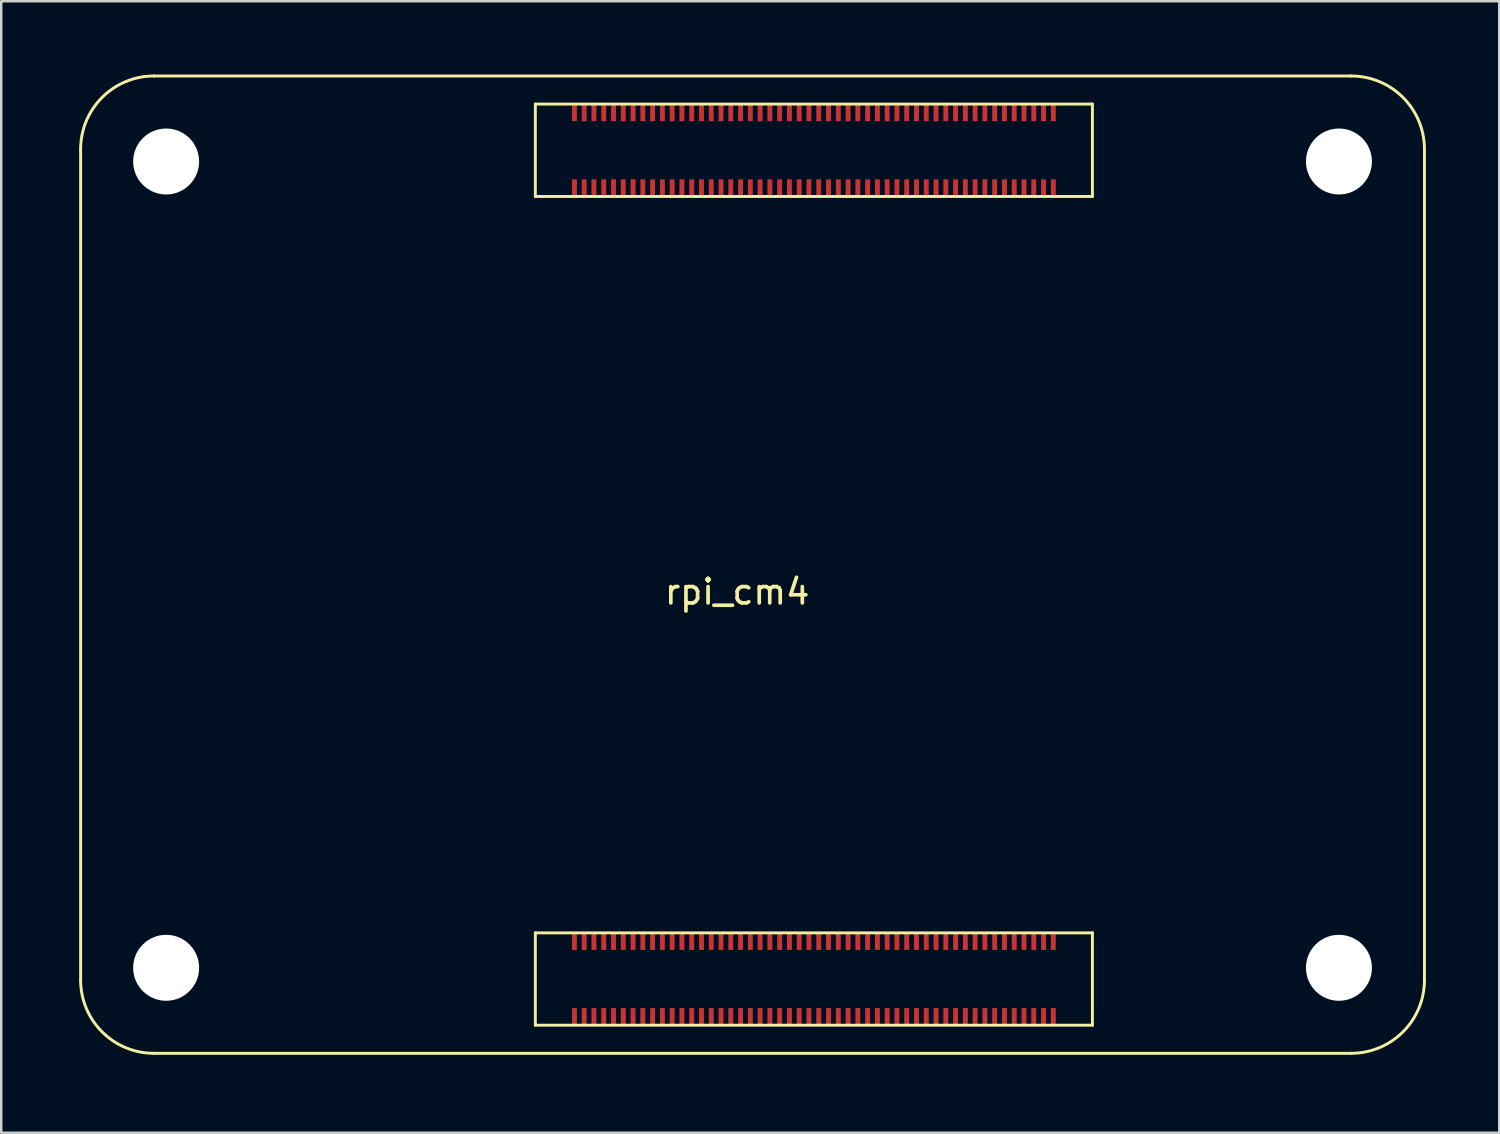
<source format=kicad_pcb>
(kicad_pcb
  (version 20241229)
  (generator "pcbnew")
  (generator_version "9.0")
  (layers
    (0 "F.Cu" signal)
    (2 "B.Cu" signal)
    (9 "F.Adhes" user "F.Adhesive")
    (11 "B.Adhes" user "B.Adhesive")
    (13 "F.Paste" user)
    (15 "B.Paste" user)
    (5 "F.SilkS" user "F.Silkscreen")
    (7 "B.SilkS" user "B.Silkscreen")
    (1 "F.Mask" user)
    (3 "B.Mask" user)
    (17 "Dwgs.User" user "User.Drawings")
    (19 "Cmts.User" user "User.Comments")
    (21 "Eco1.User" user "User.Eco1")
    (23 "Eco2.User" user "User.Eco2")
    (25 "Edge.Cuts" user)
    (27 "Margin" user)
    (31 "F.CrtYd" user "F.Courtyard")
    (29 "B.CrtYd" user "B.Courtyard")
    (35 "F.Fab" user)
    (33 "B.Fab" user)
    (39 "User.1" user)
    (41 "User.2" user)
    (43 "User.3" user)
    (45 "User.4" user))
  (footprint "rpi_cm4"
    (layer "F.Cu")
    (at 0.25 40.06)
    (property "Reference" "rpi_cm4" (at 26.87 -18.89 0) (layer "F.SilkS") (effects (font (size 1 1) (thickness 0.15))))
    (attr smd)
    (fp_line (start 0 -37) (end 0 -3) (stroke (width 0.12) (type solid)) (layer "F.SilkS"))
    (fp_line (start 3 -40) (end 52 -40) (stroke (width 0.12) (type solid)) (layer "F.SilkS"))
    (fp_line (start 3 0) (end 52 0) (stroke (width 0.12) (type solid)) (layer "F.SilkS"))
    (fp_line (start 18.61 -38.85) (end 18.61 -35.07) (stroke (width 0.12) (type solid)) (layer "F.SilkS"))
    (fp_line (start 18.61 -38.85) (end 41.41 -38.85) (stroke (width 0.12) (type solid)) (layer "F.SilkS"))
    (fp_line (start 18.61 -35.07) (end 41.41 -35.07) (stroke (width 0.12) (type solid)) (layer "F.SilkS"))
    (fp_line (start 18.61 -4.93) (end 18.61 -1.15) (stroke (width 0.12) (type solid)) (layer "F.SilkS"))
    (fp_line (start 18.61 -4.93) (end 41.41 -4.93) (stroke (width 0.12) (type solid)) (layer "F.SilkS"))
    (fp_line (start 18.61 -1.15) (end 41.41 -1.15) (stroke (width 0.12) (type solid)) (layer "F.SilkS"))
    (fp_line (start 41.41 -38.85) (end 41.41 -35.07) (stroke (width 0.12) (type solid)) (layer "F.SilkS"))
    (fp_line (start 41.41 -4.93) (end 41.41 -1.15) (stroke (width 0.12) (type solid)) (layer "F.SilkS"))
    (fp_line (start 55 -37) (end 55 -3) (stroke (width 0.12) (type solid)) (layer "F.SilkS"))
    (fp_arc (start 0 -37) (mid 0.87868 -39.12132) (end 3 -40) (stroke (width 0.12) (type solid)) (layer "F.SilkS"))
    (fp_arc (start 3 0) (mid 0.87868 -0.87868) (end 0 -3) (stroke (width 0.12) (type solid)) (layer "F.SilkS"))
    (fp_arc (start 52 -40) (mid 54.12132 -39.12132) (end 55 -37) (stroke (width 0.12) (type solid)) (layer "F.SilkS"))
    (fp_arc (start 55 -3) (mid 54.12132 -0.87868) (end 52 0) (stroke (width 0.12) (type solid)) (layer "F.SilkS"))
    (pad "" np_thru_hole circle (at 3.5 -36.5 90) (size 2.7 2.7) (drill 2.7) (layers "*.Cu" "*.Paste" "*.Mask"))
    (pad "" np_thru_hole circle (at 3.5 -3.5 90) (size 2.7 2.7) (drill 2.7) (layers "*.Cu" "*.Paste" "*.Mask"))
    (pad "" np_thru_hole circle (at 51.5 -36.5 90) (size 2.7 2.7) (drill 2.7) (layers "*.Cu" "*.Paste" "*.Mask"))
    (pad "" np_thru_hole circle (at 51.5 -3.5 90) (size 2.7 2.7) (drill 2.7) (layers "*.Cu" "*.Paste" "*.Mask"))
    (pad "1" smd rect (at 20.21 -1.5) (size 0.2 0.7) (layers "F.Cu" "F.Mask" "F.Paste"))
    (pad "2" smd rect (at 20.21 -4.58) (size 0.2 0.7) (layers "F.Cu" "F.Mask" "F.Paste"))
    (pad "3" smd rect (at 20.61 -1.5) (size 0.2 0.7) (layers "F.Cu" "F.Mask" "F.Paste"))
    (pad "4" smd rect (at 20.61 -4.58) (size 0.2 0.7) (layers "F.Cu" "F.Mask" "F.Paste"))
    (pad "5" smd rect (at 21.01 -1.5) (size 0.2 0.7) (layers "F.Cu" "F.Mask" "F.Paste"))
    (pad "6" smd rect (at 21.01 -4.58) (size 0.2 0.7) (layers "F.Cu" "F.Mask" "F.Paste"))
    (pad "7" smd rect (at 21.41 -1.5) (size 0.2 0.7) (layers "F.Cu" "F.Mask" "F.Paste"))
    (pad "8" smd rect (at 21.41 -4.58) (size 0.2 0.7) (layers "F.Cu" "F.Mask" "F.Paste"))
    (pad "9" smd rect (at 21.81 -1.5) (size 0.2 0.7) (layers "F.Cu" "F.Mask" "F.Paste"))
    (pad "10" smd rect (at 21.81 -4.58) (size 0.2 0.7) (layers "F.Cu" "F.Mask" "F.Paste"))
    (pad "11" smd rect (at 22.21 -1.5) (size 0.2 0.7) (layers "F.Cu" "F.Mask" "F.Paste"))
    (pad "12" smd rect (at 22.21 -4.58) (size 0.2 0.7) (layers "F.Cu" "F.Mask" "F.Paste"))
    (pad "13" smd rect (at 22.61 -1.5) (size 0.2 0.7) (layers "F.Cu" "F.Mask" "F.Paste"))
    (pad "14" smd rect (at 22.61 -4.58) (size 0.2 0.7) (layers "F.Cu" "F.Mask" "F.Paste"))
    (pad "15" smd rect (at 23.01 -1.5) (size 0.2 0.7) (layers "F.Cu" "F.Mask" "F.Paste"))
    (pad "16" smd rect (at 23.01 -4.58) (size 0.2 0.7) (layers "F.Cu" "F.Mask" "F.Paste"))
    (pad "17" smd rect (at 23.41 -1.5) (size 0.2 0.7) (layers "F.Cu" "F.Mask" "F.Paste"))
    (pad "18" smd rect (at 23.41 -4.58) (size 0.2 0.7) (layers "F.Cu" "F.Mask" "F.Paste"))
    (pad "19" smd rect (at 23.81 -1.5) (size 0.2 0.7) (layers "F.Cu" "F.Mask" "F.Paste"))
    (pad "20" smd rect (at 23.81 -4.58) (size 0.2 0.7) (layers "F.Cu" "F.Mask" "F.Paste"))
    (pad "21" smd rect (at 24.21 -1.5) (size 0.2 0.7) (layers "F.Cu" "F.Mask" "F.Paste"))
    (pad "22" smd rect (at 24.21 -4.58) (size 0.2 0.7) (layers "F.Cu" "F.Mask" "F.Paste"))
    (pad "23" smd rect (at 24.61 -1.5) (size 0.2 0.7) (layers "F.Cu" "F.Mask" "F.Paste"))
    (pad "24" smd rect (at 24.61 -4.58) (size 0.2 0.7) (layers "F.Cu" "F.Mask" "F.Paste"))
    (pad "25" smd rect (at 25.01 -1.5) (size 0.2 0.7) (layers "F.Cu" "F.Mask" "F.Paste"))
    (pad "26" smd rect (at 25.01 -4.58) (size 0.2 0.7) (layers "F.Cu" "F.Mask" "F.Paste"))
    (pad "27" smd rect (at 25.41 -1.5) (size 0.2 0.7) (layers "F.Cu" "F.Mask" "F.Paste"))
    (pad "28" smd rect (at 25.41 -4.58) (size 0.2 0.7) (layers "F.Cu" "F.Mask" "F.Paste"))
    (pad "29" smd rect (at 25.81 -1.5) (size 0.2 0.7) (layers "F.Cu" "F.Mask" "F.Paste"))
    (pad "30" smd rect (at 25.81 -4.58) (size 0.2 0.7) (layers "F.Cu" "F.Mask" "F.Paste"))
    (pad "31" smd rect (at 26.21 -1.5) (size 0.2 0.7) (layers "F.Cu" "F.Mask" "F.Paste"))
    (pad "32" smd rect (at 26.21 -4.58) (size 0.2 0.7) (layers "F.Cu" "F.Mask" "F.Paste"))
    (pad "33" smd rect (at 26.61 -1.5) (size 0.2 0.7) (layers "F.Cu" "F.Mask" "F.Paste"))
    (pad "34" smd rect (at 26.61 -4.58) (size 0.2 0.7) (layers "F.Cu" "F.Mask" "F.Paste"))
    (pad "35" smd rect (at 27.01 -1.5) (size 0.2 0.7) (layers "F.Cu" "F.Mask" "F.Paste"))
    (pad "36" smd rect (at 27.01 -4.58) (size 0.2 0.7) (layers "F.Cu" "F.Mask" "F.Paste"))
    (pad "37" smd rect (at 27.41 -1.5) (size 0.2 0.7) (layers "F.Cu" "F.Mask" "F.Paste"))
    (pad "38" smd rect (at 27.41 -4.58) (size 0.2 0.7) (layers "F.Cu" "F.Mask" "F.Paste"))
    (pad "39" smd rect (at 27.81 -1.5) (size 0.2 0.7) (layers "F.Cu" "F.Mask" "F.Paste"))
    (pad "40" smd rect (at 27.81 -4.58) (size 0.2 0.7) (layers "F.Cu" "F.Mask" "F.Paste"))
    (pad "41" smd rect (at 28.21 -1.5) (size 0.2 0.7) (layers "F.Cu" "F.Mask" "F.Paste"))
    (pad "42" smd rect (at 28.21 -4.58) (size 0.2 0.7) (layers "F.Cu" "F.Mask" "F.Paste"))
    (pad "43" smd rect (at 28.61 -1.5) (size 0.2 0.7) (layers "F.Cu" "F.Mask" "F.Paste"))
    (pad "44" smd rect (at 28.61 -4.58) (size 0.2 0.7) (layers "F.Cu" "F.Mask" "F.Paste"))
    (pad "45" smd rect (at 29.01 -1.5) (size 0.2 0.7) (layers "F.Cu" "F.Mask" "F.Paste"))
    (pad "46" smd rect (at 29.01 -4.58) (size 0.2 0.7) (layers "F.Cu" "F.Mask" "F.Paste"))
    (pad "47" smd rect (at 29.41 -1.5) (size 0.2 0.7) (layers "F.Cu" "F.Mask" "F.Paste"))
    (pad "48" smd rect (at 29.41 -4.58) (size 0.2 0.7) (layers "F.Cu" "F.Mask" "F.Paste"))
    (pad "49" smd rect (at 29.81 -1.5) (size 0.2 0.7) (layers "F.Cu" "F.Mask" "F.Paste"))
    (pad "50" smd rect (at 29.81 -4.58) (size 0.2 0.7) (layers "F.Cu" "F.Mask" "F.Paste"))
    (pad "51" smd rect (at 30.21 -1.5) (size 0.2 0.7) (layers "F.Cu" "F.Mask" "F.Paste"))
    (pad "52" smd rect (at 30.21 -4.58) (size 0.2 0.7) (layers "F.Cu" "F.Mask" "F.Paste"))
    (pad "53" smd rect (at 30.61 -1.5) (size 0.2 0.7) (layers "F.Cu" "F.Mask" "F.Paste"))
    (pad "54" smd rect (at 30.61 -4.58) (size 0.2 0.7) (layers "F.Cu" "F.Mask" "F.Paste"))
    (pad "55" smd rect (at 31.01 -1.5) (size 0.2 0.7) (layers "F.Cu" "F.Mask" "F.Paste"))
    (pad "56" smd rect (at 31.01 -4.58) (size 0.2 0.7) (layers "F.Cu" "F.Mask" "F.Paste"))
    (pad "57" smd rect (at 31.41 -1.5) (size 0.2 0.7) (layers "F.Cu" "F.Mask" "F.Paste"))
    (pad "58" smd rect (at 31.41 -4.58) (size 0.2 0.7) (layers "F.Cu" "F.Mask" "F.Paste"))
    (pad "59" smd rect (at 31.81 -1.5) (size 0.2 0.7) (layers "F.Cu" "F.Mask" "F.Paste"))
    (pad "60" smd rect (at 31.81 -4.58) (size 0.2 0.7) (layers "F.Cu" "F.Mask" "F.Paste"))
    (pad "61" smd rect (at 32.21 -1.5) (size 0.2 0.7) (layers "F.Cu" "F.Mask" "F.Paste"))
    (pad "62" smd rect (at 32.21 -4.58) (size 0.2 0.7) (layers "F.Cu" "F.Mask" "F.Paste"))
    (pad "63" smd rect (at 32.61 -1.5) (size 0.2 0.7) (layers "F.Cu" "F.Mask" "F.Paste"))
    (pad "64" smd rect (at 32.61 -4.58) (size 0.2 0.7) (layers "F.Cu" "F.Mask" "F.Paste"))
    (pad "65" smd rect (at 33.01 -1.5) (size 0.2 0.7) (layers "F.Cu" "F.Mask" "F.Paste"))
    (pad "66" smd rect (at 33.01 -4.58) (size 0.2 0.7) (layers "F.Cu" "F.Mask" "F.Paste"))
    (pad "67" smd rect (at 33.41 -1.5) (size 0.2 0.7) (layers "F.Cu" "F.Mask" "F.Paste"))
    (pad "68" smd rect (at 33.41 -4.58) (size 0.2 0.7) (layers "F.Cu" "F.Mask" "F.Paste"))
    (pad "69" smd rect (at 33.81 -1.5) (size 0.2 0.7) (layers "F.Cu" "F.Mask" "F.Paste"))
    (pad "70" smd rect (at 33.81 -4.58) (size 0.2 0.7) (layers "F.Cu" "F.Mask" "F.Paste"))
    (pad "71" smd rect (at 34.21 -1.5) (size 0.2 0.7) (layers "F.Cu" "F.Mask" "F.Paste"))
    (pad "72" smd rect (at 34.21 -4.58) (size 0.2 0.7) (layers "F.Cu" "F.Mask" "F.Paste"))
    (pad "73" smd rect (at 34.61 -1.5) (size 0.2 0.7) (layers "F.Cu" "F.Mask" "F.Paste"))
    (pad "74" smd rect (at 34.61 -4.58) (size 0.2 0.7) (layers "F.Cu" "F.Mask" "F.Paste"))
    (pad "75" smd rect (at 35.01 -1.5) (size 0.2 0.7) (layers "F.Cu" "F.Mask" "F.Paste"))
    (pad "76" smd rect (at 35.01 -4.58) (size 0.2 0.7) (layers "F.Cu" "F.Mask" "F.Paste"))
    (pad "77" smd rect (at 35.41 -1.5) (size 0.2 0.7) (layers "F.Cu" "F.Mask" "F.Paste"))
    (pad "78" smd rect (at 35.41 -4.58) (size 0.2 0.7) (layers "F.Cu" "F.Mask" "F.Paste"))
    (pad "79" smd rect (at 35.81 -1.5) (size 0.2 0.7) (layers "F.Cu" "F.Mask" "F.Paste"))
    (pad "80" smd rect (at 35.81 -4.58) (size 0.2 0.7) (layers "F.Cu" "F.Mask" "F.Paste"))
    (pad "81" smd rect (at 36.21 -1.5) (size 0.2 0.7) (layers "F.Cu" "F.Mask" "F.Paste"))
    (pad "82" smd rect (at 36.21 -4.58) (size 0.2 0.7) (layers "F.Cu" "F.Mask" "F.Paste"))
    (pad "83" smd rect (at 36.61 -1.5) (size 0.2 0.7) (layers "F.Cu" "F.Mask" "F.Paste"))
    (pad "84" smd rect (at 36.61 -4.58) (size 0.2 0.7) (layers "F.Cu" "F.Mask" "F.Paste"))
    (pad "85" smd rect (at 37.01 -1.5) (size 0.2 0.7) (layers "F.Cu" "F.Mask" "F.Paste"))
    (pad "86" smd rect (at 37.01 -4.58) (size 0.2 0.7) (layers "F.Cu" "F.Mask" "F.Paste"))
    (pad "87" smd rect (at 37.41 -1.5) (size 0.2 0.7) (layers "F.Cu" "F.Mask" "F.Paste"))
    (pad "88" smd rect (at 37.41 -4.58) (size 0.2 0.7) (layers "F.Cu" "F.Mask" "F.Paste"))
    (pad "89" smd rect (at 37.81 -1.5) (size 0.2 0.7) (layers "F.Cu" "F.Mask" "F.Paste"))
    (pad "90" smd rect (at 37.81 -4.58) (size 0.2 0.7) (layers "F.Cu" "F.Mask" "F.Paste"))
    (pad "91" smd rect (at 38.21 -1.5) (size 0.2 0.7) (layers "F.Cu" "F.Mask" "F.Paste"))
    (pad "92" smd rect (at 38.21 -4.58) (size 0.2 0.7) (layers "F.Cu" "F.Mask" "F.Paste"))
    (pad "93" smd rect (at 38.61 -1.5) (size 0.2 0.7) (layers "F.Cu" "F.Mask" "F.Paste"))
    (pad "94" smd rect (at 38.61 -4.58) (size 0.2 0.7) (layers "F.Cu" "F.Mask" "F.Paste"))
    (pad "95" smd rect (at 39.01 -1.5) (size 0.2 0.7) (layers "F.Cu" "F.Mask" "F.Paste"))
    (pad "96" smd rect (at 39.01 -4.58) (size 0.2 0.7) (layers "F.Cu" "F.Mask" "F.Paste"))
    (pad "97" smd rect (at 39.41 -1.5) (size 0.2 0.7) (layers "F.Cu" "F.Mask" "F.Paste"))
    (pad "98" smd rect (at 39.41 -4.58) (size 0.2 0.7) (layers "F.Cu" "F.Mask" "F.Paste"))
    (pad "99" smd rect (at 39.81 -1.5) (size 0.2 0.7) (layers "F.Cu" "F.Mask" "F.Paste"))
    (pad "100" smd rect (at 39.81 -4.58) (size 0.2 0.7) (layers "F.Cu" "F.Mask" "F.Paste"))
    (pad "101" smd rect (at 20.21 -35.42) (size 0.2 0.7) (layers "F.Cu" "F.Mask" "F.Paste"))
    (pad "102" smd rect (at 20.21 -38.5) (size 0.2 0.7) (layers "F.Cu" "F.Mask" "F.Paste"))
    (pad "103" smd rect (at 20.61 -35.42) (size 0.2 0.7) (layers "F.Cu" "F.Mask" "F.Paste"))
    (pad "104" smd rect (at 20.61 -38.5) (size 0.2 0.7) (layers "F.Cu" "F.Mask" "F.Paste"))
    (pad "105" smd rect (at 21.01 -35.42) (size 0.2 0.7) (layers "F.Cu" "F.Mask" "F.Paste"))
    (pad "106" smd rect (at 21.01 -38.5) (size 0.2 0.7) (layers "F.Cu" "F.Mask" "F.Paste"))
    (pad "107" smd rect (at 21.41 -35.42) (size 0.2 0.7) (layers "F.Cu" "F.Mask" "F.Paste"))
    (pad "108" smd rect (at 21.41 -38.5) (size 0.2 0.7) (layers "F.Cu" "F.Mask" "F.Paste"))
    (pad "109" smd rect (at 21.81 -35.42) (size 0.2 0.7) (layers "F.Cu" "F.Mask" "F.Paste"))
    (pad "110" smd rect (at 21.81 -38.5) (size 0.2 0.7) (layers "F.Cu" "F.Mask" "F.Paste"))
    (pad "111" smd rect (at 22.21 -35.42) (size 0.2 0.7) (layers "F.Cu" "F.Mask" "F.Paste"))
    (pad "112" smd rect (at 22.21 -38.5) (size 0.2 0.7) (layers "F.Cu" "F.Mask" "F.Paste"))
    (pad "113" smd rect (at 22.61 -35.42) (size 0.2 0.7) (layers "F.Cu" "F.Mask" "F.Paste"))
    (pad "114" smd rect (at 22.61 -38.5) (size 0.2 0.7) (layers "F.Cu" "F.Mask" "F.Paste"))
    (pad "115" smd rect (at 23.01 -35.42) (size 0.2 0.7) (layers "F.Cu" "F.Mask" "F.Paste"))
    (pad "116" smd rect (at 23.01 -38.5) (size 0.2 0.7) (layers "F.Cu" "F.Mask" "F.Paste"))
    (pad "117" smd rect (at 23.41 -35.42) (size 0.2 0.7) (layers "F.Cu" "F.Mask" "F.Paste"))
    (pad "118" smd rect (at 23.41 -38.5) (size 0.2 0.7) (layers "F.Cu" "F.Mask" "F.Paste"))
    (pad "119" smd rect (at 23.81 -35.42) (size 0.2 0.7) (layers "F.Cu" "F.Mask" "F.Paste"))
    (pad "120" smd rect (at 23.81 -38.5) (size 0.2 0.7) (layers "F.Cu" "F.Mask" "F.Paste"))
    (pad "121" smd rect (at 24.21 -35.42) (size 0.2 0.7) (layers "F.Cu" "F.Mask" "F.Paste"))
    (pad "122" smd rect (at 24.21 -38.5) (size 0.2 0.7) (layers "F.Cu" "F.Mask" "F.Paste"))
    (pad "123" smd rect (at 24.61 -35.42) (size 0.2 0.7) (layers "F.Cu" "F.Mask" "F.Paste"))
    (pad "124" smd rect (at 24.61 -38.5) (size 0.2 0.7) (layers "F.Cu" "F.Mask" "F.Paste"))
    (pad "125" smd rect (at 25.01 -35.42) (size 0.2 0.7) (layers "F.Cu" "F.Mask" "F.Paste"))
    (pad "126" smd rect (at 25.01 -38.5) (size 0.2 0.7) (layers "F.Cu" "F.Mask" "F.Paste"))
    (pad "127" smd rect (at 25.41 -35.42) (size 0.2 0.7) (layers "F.Cu" "F.Mask" "F.Paste"))
    (pad "128" smd rect (at 25.41 -38.5) (size 0.2 0.7) (layers "F.Cu" "F.Mask" "F.Paste"))
    (pad "129" smd rect (at 25.81 -35.42) (size 0.2 0.7) (layers "F.Cu" "F.Mask" "F.Paste"))
    (pad "130" smd rect (at 25.81 -38.5) (size 0.2 0.7) (layers "F.Cu" "F.Mask" "F.Paste"))
    (pad "131" smd rect (at 26.21 -35.42) (size 0.2 0.7) (layers "F.Cu" "F.Mask" "F.Paste"))
    (pad "132" smd rect (at 26.21 -38.5) (size 0.2 0.7) (layers "F.Cu" "F.Mask" "F.Paste"))
    (pad "133" smd rect (at 26.61 -35.42) (size 0.2 0.7) (layers "F.Cu" "F.Mask" "F.Paste"))
    (pad "134" smd rect (at 26.61 -38.5) (size 0.2 0.7) (layers "F.Cu" "F.Mask" "F.Paste"))
    (pad "135" smd rect (at 27.01 -35.42) (size 0.2 0.7) (layers "F.Cu" "F.Mask" "F.Paste"))
    (pad "136" smd rect (at 27.01 -38.5) (size 0.2 0.7) (layers "F.Cu" "F.Mask" "F.Paste"))
    (pad "137" smd rect (at 27.41 -35.42) (size 0.2 0.7) (layers "F.Cu" "F.Mask" "F.Paste"))
    (pad "138" smd rect (at 27.41 -38.5) (size 0.2 0.7) (layers "F.Cu" "F.Mask" "F.Paste"))
    (pad "139" smd rect (at 27.81 -35.42) (size 0.2 0.7) (layers "F.Cu" "F.Mask" "F.Paste"))
    (pad "140" smd rect (at 27.81 -38.5) (size 0.2 0.7) (layers "F.Cu" "F.Mask" "F.Paste"))
    (pad "141" smd rect (at 28.21 -35.42) (size 0.2 0.7) (layers "F.Cu" "F.Mask" "F.Paste"))
    (pad "142" smd rect (at 28.21 -38.5) (size 0.2 0.7) (layers "F.Cu" "F.Mask" "F.Paste"))
    (pad "143" smd rect (at 28.61 -35.42) (size 0.2 0.7) (layers "F.Cu" "F.Mask" "F.Paste"))
    (pad "144" smd rect (at 28.61 -38.5) (size 0.2 0.7) (layers "F.Cu" "F.Mask" "F.Paste"))
    (pad "145" smd rect (at 29.01 -35.42) (size 0.2 0.7) (layers "F.Cu" "F.Mask" "F.Paste"))
    (pad "146" smd rect (at 29.01 -38.5) (size 0.2 0.7) (layers "F.Cu" "F.Mask" "F.Paste"))
    (pad "147" smd rect (at 29.41 -35.42) (size 0.2 0.7) (layers "F.Cu" "F.Mask" "F.Paste"))
    (pad "148" smd rect (at 29.41 -38.5) (size 0.2 0.7) (layers "F.Cu" "F.Mask" "F.Paste"))
    (pad "149" smd rect (at 29.81 -35.42) (size 0.2 0.7) (layers "F.Cu" "F.Mask" "F.Paste"))
    (pad "150" smd rect (at 29.81 -38.5) (size 0.2 0.7) (layers "F.Cu" "F.Mask" "F.Paste"))
    (pad "151" smd rect (at 30.21 -35.42) (size 0.2 0.7) (layers "F.Cu" "F.Mask" "F.Paste"))
    (pad "152" smd rect (at 30.21 -38.5) (size 0.2 0.7) (layers "F.Cu" "F.Mask" "F.Paste"))
    (pad "153" smd rect (at 30.61 -35.42) (size 0.2 0.7) (layers "F.Cu" "F.Mask" "F.Paste"))
    (pad "154" smd rect (at 30.61 -38.5) (size 0.2 0.7) (layers "F.Cu" "F.Mask" "F.Paste"))
    (pad "155" smd rect (at 31.01 -35.42) (size 0.2 0.7) (layers "F.Cu" "F.Mask" "F.Paste"))
    (pad "156" smd rect (at 31.01 -38.5) (size 0.2 0.7) (layers "F.Cu" "F.Mask" "F.Paste"))
    (pad "157" smd rect (at 31.41 -35.42) (size 0.2 0.7) (layers "F.Cu" "F.Mask" "F.Paste"))
    (pad "158" smd rect (at 31.41 -38.5) (size 0.2 0.7) (layers "F.Cu" "F.Mask" "F.Paste"))
    (pad "159" smd rect (at 31.81 -35.42) (size 0.2 0.7) (layers "F.Cu" "F.Mask" "F.Paste"))
    (pad "160" smd rect (at 31.81 -38.5) (size 0.2 0.7) (layers "F.Cu" "F.Mask" "F.Paste"))
    (pad "161" smd rect (at 32.21 -35.42) (size 0.2 0.7) (layers "F.Cu" "F.Mask" "F.Paste"))
    (pad "162" smd rect (at 32.21 -38.5) (size 0.2 0.7) (layers "F.Cu" "F.Mask" "F.Paste"))
    (pad "163" smd rect (at 32.61 -35.42) (size 0.2 0.7) (layers "F.Cu" "F.Mask" "F.Paste"))
    (pad "164" smd rect (at 32.61 -38.5) (size 0.2 0.7) (layers "F.Cu" "F.Mask" "F.Paste"))
    (pad "165" smd rect (at 33.01 -35.42) (size 0.2 0.7) (layers "F.Cu" "F.Mask" "F.Paste"))
    (pad "166" smd rect (at 33.01 -38.5) (size 0.2 0.7) (layers "F.Cu" "F.Mask" "F.Paste"))
    (pad "167" smd rect (at 33.41 -35.42) (size 0.2 0.7) (layers "F.Cu" "F.Mask" "F.Paste"))
    (pad "168" smd rect (at 33.41 -38.5) (size 0.2 0.7) (layers "F.Cu" "F.Mask" "F.Paste"))
    (pad "169" smd rect (at 33.81 -35.42) (size 0.2 0.7) (layers "F.Cu" "F.Mask" "F.Paste"))
    (pad "170" smd rect (at 33.81 -38.5) (size 0.2 0.7) (layers "F.Cu" "F.Mask" "F.Paste"))
    (pad "171" smd rect (at 34.21 -35.42) (size 0.2 0.7) (layers "F.Cu" "F.Mask" "F.Paste"))
    (pad "172" smd rect (at 34.21 -38.5) (size 0.2 0.7) (layers "F.Cu" "F.Mask" "F.Paste"))
    (pad "173" smd rect (at 34.61 -35.42) (size 0.2 0.7) (layers "F.Cu" "F.Mask" "F.Paste"))
    (pad "174" smd rect (at 34.61 -38.5) (size 0.2 0.7) (layers "F.Cu" "F.Mask" "F.Paste"))
    (pad "175" smd rect (at 35.01 -35.42) (size 0.2 0.7) (layers "F.Cu" "F.Mask" "F.Paste"))
    (pad "176" smd rect (at 35.01 -38.5) (size 0.2 0.7) (layers "F.Cu" "F.Mask" "F.Paste"))
    (pad "177" smd rect (at 35.41 -35.42) (size 0.2 0.7) (layers "F.Cu" "F.Mask" "F.Paste"))
    (pad "178" smd rect (at 35.41 -38.5) (size 0.2 0.7) (layers "F.Cu" "F.Mask" "F.Paste"))
    (pad "179" smd rect (at 35.81 -35.42) (size 0.2 0.7) (layers "F.Cu" "F.Mask" "F.Paste"))
    (pad "180" smd rect (at 35.81 -38.5) (size 0.2 0.7) (layers "F.Cu" "F.Mask" "F.Paste"))
    (pad "181" smd rect (at 36.21 -35.42) (size 0.2 0.7) (layers "F.Cu" "F.Mask" "F.Paste"))
    (pad "182" smd rect (at 36.21 -38.5) (size 0.2 0.7) (layers "F.Cu" "F.Mask" "F.Paste"))
    (pad "183" smd rect (at 36.61 -35.42) (size 0.2 0.7) (layers "F.Cu" "F.Mask" "F.Paste"))
    (pad "184" smd rect (at 36.61 -38.5) (size 0.2 0.7) (layers "F.Cu" "F.Mask" "F.Paste"))
    (pad "185" smd rect (at 37.01 -35.42) (size 0.2 0.7) (layers "F.Cu" "F.Mask" "F.Paste"))
    (pad "186" smd rect (at 37.01 -38.5) (size 0.2 0.7) (layers "F.Cu" "F.Mask" "F.Paste"))
    (pad "187" smd rect (at 37.41 -35.42) (size 0.2 0.7) (layers "F.Cu" "F.Mask" "F.Paste"))
    (pad "188" smd rect (at 37.41 -38.5) (size 0.2 0.7) (layers "F.Cu" "F.Mask" "F.Paste"))
    (pad "189" smd rect (at 37.81 -35.42) (size 0.2 0.7) (layers "F.Cu" "F.Mask" "F.Paste"))
    (pad "190" smd rect (at 37.81 -38.5) (size 0.2 0.7) (layers "F.Cu" "F.Mask" "F.Paste"))
    (pad "191" smd rect (at 38.21 -35.42) (size 0.2 0.7) (layers "F.Cu" "F.Mask" "F.Paste"))
    (pad "192" smd rect (at 38.21 -38.5) (size 0.2 0.7) (layers "F.Cu" "F.Mask" "F.Paste"))
    (pad "193" smd rect (at 38.61 -35.42) (size 0.2 0.7) (layers "F.Cu" "F.Mask" "F.Paste"))
    (pad "194" smd rect (at 38.61 -38.5) (size 0.2 0.7) (layers "F.Cu" "F.Mask" "F.Paste"))
    (pad "195" smd rect (at 39.01 -35.42) (size 0.2 0.7) (layers "F.Cu" "F.Mask" "F.Paste"))
    (pad "196" smd rect (at 39.01 -38.5) (size 0.2 0.7) (layers "F.Cu" "F.Mask" "F.Paste"))
    (pad "197" smd rect (at 39.41 -35.42) (size 0.2 0.7) (layers "F.Cu" "F.Mask" "F.Paste"))
    (pad "198" smd rect (at 39.41 -38.5) (size 0.2 0.7) (layers "F.Cu" "F.Mask" "F.Paste"))
    (pad "199" smd rect (at 39.81 -35.42) (size 0.2 0.7) (layers "F.Cu" "F.Mask" "F.Paste"))
    (pad "200" smd rect (at 39.81 -38.5) (size 0.2 0.7) (layers "F.Cu" "F.Mask" "F.Paste")))
  (gr_rect
    (start -3 -3)
    (end 58.31 43.31)
    (stroke (width 0.1) (type default))
    (fill no)
    (layer "Edge.Cuts")))
</source>
